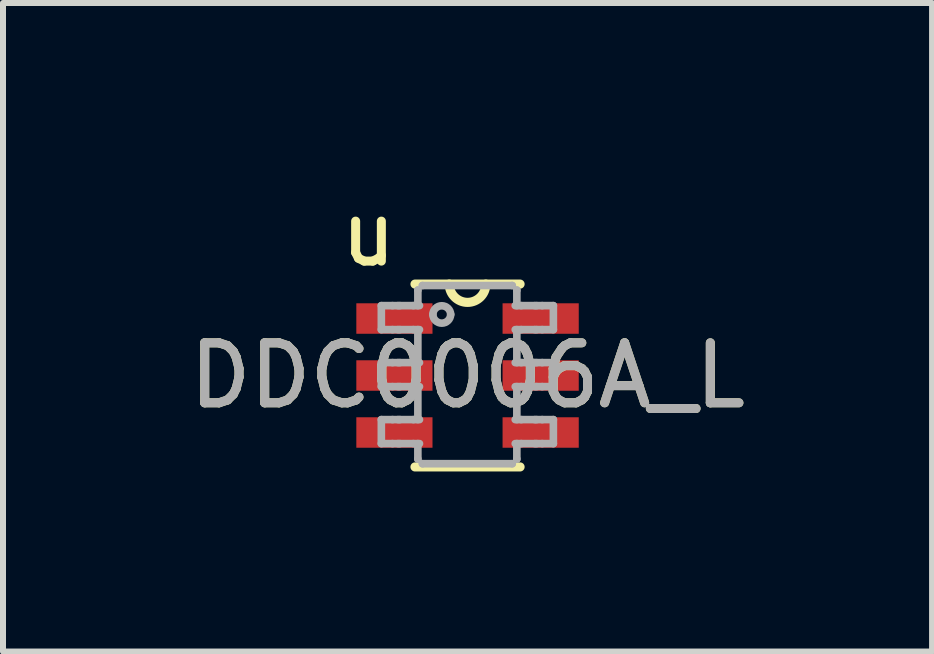
<source format=kicad_pcb>
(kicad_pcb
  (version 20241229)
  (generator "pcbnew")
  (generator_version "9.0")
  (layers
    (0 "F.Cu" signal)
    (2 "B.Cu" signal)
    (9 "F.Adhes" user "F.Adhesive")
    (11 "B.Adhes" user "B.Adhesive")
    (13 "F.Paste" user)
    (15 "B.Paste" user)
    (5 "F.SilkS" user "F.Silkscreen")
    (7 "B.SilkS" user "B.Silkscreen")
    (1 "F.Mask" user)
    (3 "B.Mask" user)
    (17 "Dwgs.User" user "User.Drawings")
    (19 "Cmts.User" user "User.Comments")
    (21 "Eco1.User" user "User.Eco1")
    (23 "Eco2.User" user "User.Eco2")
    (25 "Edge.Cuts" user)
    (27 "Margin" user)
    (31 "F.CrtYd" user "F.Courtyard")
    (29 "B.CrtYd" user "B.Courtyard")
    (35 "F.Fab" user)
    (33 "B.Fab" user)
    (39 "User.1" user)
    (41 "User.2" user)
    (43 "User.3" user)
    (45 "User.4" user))
  (footprint "DDC0006A_L"
    (layer "F.Cu")
    (at 4.744 3.21)
    (property "Reference" "DDC0006A_L" (at 0 0 0) (unlocked yes) (layer "F.SilkS") (effects (font (size 1 1) (thickness 0.15))))
    (attr smd)
    (fp_line (start -0.876 -1.524) (end 0.876 -1.524) (stroke (width 0.152) (type solid)) (layer "F.SilkS"))
    (fp_line (start -0.876 1.524) (end 0.876 1.524) (stroke (width 0.152) (type solid)) (layer "F.SilkS"))
    (fp_arc (start 0.3048 -1.524) (mid 0 -1.2192) (end -0.3048 -1.524) (stroke (width 0.1524) (type solid)) (layer "F.SilkS"))
    (fp_line (start -1.437 -1.165) (end -1.251 -1.165) (stroke (width 0.127) (type solid)) (layer "F.Fab"))
    (fp_line (start -1.437 -0.765) (end -1.437 -1.165) (stroke (width 0.127) (type solid)) (layer "F.Fab"))
    (fp_line (start -1.437 -0.765) (end -1.251 -0.765) (stroke (width 0.127) (type solid)) (layer "F.Fab"))
    (fp_line (start -1.437 -0.215) (end -1.251 -0.215) (stroke (width 0.127) (type solid)) (layer "F.Fab"))
    (fp_line (start -1.437 0.185) (end -1.437 -0.215) (stroke (width 0.127) (type solid)) (layer "F.Fab"))
    (fp_line (start -1.437 0.185) (end -1.251 0.185) (stroke (width 0.127) (type solid)) (layer "F.Fab"))
    (fp_line (start -1.437 0.735) (end -1.251 0.735) (stroke (width 0.127) (type solid)) (layer "F.Fab"))
    (fp_line (start -1.437 1.135) (end -1.437 0.735) (stroke (width 0.127) (type solid)) (layer "F.Fab"))
    (fp_line (start -1.437 1.135) (end -1.251 1.135) (stroke (width 0.127) (type solid)) (layer "F.Fab"))
    (fp_line (start -1.251 -1.165) (end -1.159 -1.165) (stroke (width 0.127) (type solid)) (layer "F.Fab"))
    (fp_line (start -1.251 -0.765) (end -1.159 -0.765) (stroke (width 0.127) (type solid)) (layer "F.Fab"))
    (fp_line (start -1.251 -0.215) (end -1.159 -0.215) (stroke (width 0.127) (type solid)) (layer "F.Fab"))
    (fp_line (start -1.251 0.185) (end -1.159 0.185) (stroke (width 0.127) (type solid)) (layer "F.Fab"))
    (fp_line (start -1.251 0.735) (end -1.159 0.735) (stroke (width 0.127) (type solid)) (layer "F.Fab"))
    (fp_line (start -1.251 1.135) (end -1.159 1.135) (stroke (width 0.127) (type solid)) (layer "F.Fab"))
    (fp_line (start -1.159 -1.165) (end -1.128 -1.165) (stroke (width 0.127) (type solid)) (layer "F.Fab"))
    (fp_line (start -1.159 -0.765) (end -1.128 -0.765) (stroke (width 0.127) (type solid)) (layer "F.Fab"))
    (fp_line (start -1.159 -0.215) (end -1.128 -0.215) (stroke (width 0.127) (type solid)) (layer "F.Fab"))
    (fp_line (start -1.159 0.185) (end -1.128 0.185) (stroke (width 0.127) (type solid)) (layer "F.Fab"))
    (fp_line (start -1.159 0.735) (end -1.128 0.735) (stroke (width 0.127) (type solid)) (layer "F.Fab"))
    (fp_line (start -1.159 1.135) (end -1.128 1.135) (stroke (width 0.127) (type solid)) (layer "F.Fab"))
    (fp_line (start -1.128 -1.165) (end -0.903 -1.165) (stroke (width 0.127) (type solid)) (layer "F.Fab"))
    (fp_line (start -1.128 -0.765) (end -0.903 -0.765) (stroke (width 0.127) (type solid)) (layer "F.Fab"))
    (fp_line (start -1.128 -0.215) (end -0.903 -0.215) (stroke (width 0.127) (type solid)) (layer "F.Fab"))
    (fp_line (start -1.128 0.185) (end -0.903 0.185) (stroke (width 0.127) (type solid)) (layer "F.Fab"))
    (fp_line (start -1.128 0.735) (end -0.903 0.735) (stroke (width 0.127) (type solid)) (layer "F.Fab"))
    (fp_line (start -1.128 1.135) (end -0.903 1.135) (stroke (width 0.127) (type solid)) (layer "F.Fab"))
    (fp_line (start -0.903 -1.165) (end -0.801 -1.165) (stroke (width 0.127) (type solid)) (layer "F.Fab"))
    (fp_line (start -0.903 -0.765) (end -0.801 -0.765) (stroke (width 0.127) (type solid)) (layer "F.Fab"))
    (fp_line (start -0.903 -0.215) (end -0.801 -0.215) (stroke (width 0.127) (type solid)) (layer "F.Fab"))
    (fp_line (start -0.903 0.185) (end -0.801 0.185) (stroke (width 0.127) (type solid)) (layer "F.Fab"))
    (fp_line (start -0.903 0.735) (end -0.801 0.735) (stroke (width 0.127) (type solid)) (layer "F.Fab"))
    (fp_line (start -0.903 1.135) (end -0.801 1.135) (stroke (width 0.127) (type solid)) (layer "F.Fab"))
    (fp_line (start -0.828 -1.422) (end -0.828 -1.426) (stroke (width 0.127) (type solid)) (layer "F.Fab"))
    (fp_line (start -0.828 -1.165) (end -0.828 -1.422) (stroke (width 0.127) (type solid)) (layer "F.Fab"))
    (fp_line (start -0.828 -0.215) (end -0.828 -0.765) (stroke (width 0.127) (type solid)) (layer "F.Fab"))
    (fp_line (start -0.828 0.735) (end -0.828 0.185) (stroke (width 0.127) (type solid)) (layer "F.Fab"))
    (fp_line (start -0.828 1.392) (end -0.828 1.135) (stroke (width 0.127) (type solid)) (layer "F.Fab"))
    (fp_line (start -0.828 1.395) (end -0.828 1.392) (stroke (width 0.127) (type solid)) (layer "F.Fab"))
    (fp_line (start -0.754 -1.5) (end -0.75 -1.5) (stroke (width 0.127) (type solid)) (layer "F.Fab"))
    (fp_line (start -0.754 1.47) (end -0.75 1.47) (stroke (width 0.127) (type solid)) (layer "F.Fab"))
    (fp_line (start -0.75 -1.5) (end 0.743 -1.5) (stroke (width 0.127) (type solid)) (layer "F.Fab"))
    (fp_line (start -0.75 1.47) (end 0.743 1.47) (stroke (width 0.127) (type solid)) (layer "F.Fab"))
    (fp_line (start 0.743 -1.5) (end 0.747 -1.5) (stroke (width 0.127) (type solid)) (layer "F.Fab"))
    (fp_line (start 0.743 1.47) (end 0.747 1.47) (stroke (width 0.127) (type solid)) (layer "F.Fab"))
    (fp_line (start 0.795 -1.165) (end 0.896 -1.165) (stroke (width 0.127) (type solid)) (layer "F.Fab"))
    (fp_line (start 0.795 -0.765) (end 0.896 -0.765) (stroke (width 0.127) (type solid)) (layer "F.Fab"))
    (fp_line (start 0.795 -0.215) (end 0.896 -0.215) (stroke (width 0.127) (type solid)) (layer "F.Fab"))
    (fp_line (start 0.795 0.185) (end 0.896 0.185) (stroke (width 0.127) (type solid)) (layer "F.Fab"))
    (fp_line (start 0.795 0.735) (end 0.896 0.735) (stroke (width 0.127) (type solid)) (layer "F.Fab"))
    (fp_line (start 0.795 1.135) (end 0.896 1.135) (stroke (width 0.127) (type solid)) (layer "F.Fab"))
    (fp_line (start 0.822 -1.422) (end 0.822 -1.426) (stroke (width 0.127) (type solid)) (layer "F.Fab"))
    (fp_line (start 0.822 -1.165) (end 0.822 -1.422) (stroke (width 0.127) (type solid)) (layer "F.Fab"))
    (fp_line (start 0.822 -0.215) (end 0.822 -0.765) (stroke (width 0.127) (type solid)) (layer "F.Fab"))
    (fp_line (start 0.822 0.735) (end 0.822 0.185) (stroke (width 0.127) (type solid)) (layer "F.Fab"))
    (fp_line (start 0.822 1.392) (end 0.822 1.135) (stroke (width 0.127) (type solid)) (layer "F.Fab"))
    (fp_line (start 0.822 1.395) (end 0.822 1.392) (stroke (width 0.127) (type solid)) (layer "F.Fab"))
    (fp_line (start 0.896 -1.165) (end 1.122 -1.165) (stroke (width 0.127) (type solid)) (layer "F.Fab"))
    (fp_line (start 0.896 -0.765) (end 1.122 -0.765) (stroke (width 0.127) (type solid)) (layer "F.Fab"))
    (fp_line (start 0.896 -0.215) (end 1.122 -0.215) (stroke (width 0.127) (type solid)) (layer "F.Fab"))
    (fp_line (start 0.896 0.185) (end 1.122 0.185) (stroke (width 0.127) (type solid)) (layer "F.Fab"))
    (fp_line (start 0.896 0.735) (end 1.122 0.735) (stroke (width 0.127) (type solid)) (layer "F.Fab"))
    (fp_line (start 0.896 1.135) (end 1.122 1.135) (stroke (width 0.127) (type solid)) (layer "F.Fab"))
    (fp_line (start 1.122 -1.165) (end 1.152 -1.165) (stroke (width 0.127) (type solid)) (layer "F.Fab"))
    (fp_line (start 1.122 -0.765) (end 1.152 -0.765) (stroke (width 0.127) (type solid)) (layer "F.Fab"))
    (fp_line (start 1.122 -0.215) (end 1.152 -0.215) (stroke (width 0.127) (type solid)) (layer "F.Fab"))
    (fp_line (start 1.122 0.185) (end 1.152 0.185) (stroke (width 0.127) (type solid)) (layer "F.Fab"))
    (fp_line (start 1.122 0.735) (end 1.152 0.735) (stroke (width 0.127) (type solid)) (layer "F.Fab"))
    (fp_line (start 1.122 1.135) (end 1.152 1.135) (stroke (width 0.127) (type solid)) (layer "F.Fab"))
    (fp_line (start 1.152 -1.165) (end 1.245 -1.165) (stroke (width 0.127) (type solid)) (layer "F.Fab"))
    (fp_line (start 1.152 -0.765) (end 1.245 -0.765) (stroke (width 0.127) (type solid)) (layer "F.Fab"))
    (fp_line (start 1.152 -0.215) (end 1.245 -0.215) (stroke (width 0.127) (type solid)) (layer "F.Fab"))
    (fp_line (start 1.152 0.185) (end 1.245 0.185) (stroke (width 0.127) (type solid)) (layer "F.Fab"))
    (fp_line (start 1.152 0.735) (end 1.245 0.735) (stroke (width 0.127) (type solid)) (layer "F.Fab"))
    (fp_line (start 1.152 1.135) (end 1.245 1.135) (stroke (width 0.127) (type solid)) (layer "F.Fab"))
    (fp_line (start 1.245 -1.165) (end 1.431 -1.165) (stroke (width 0.127) (type solid)) (layer "F.Fab"))
    (fp_line (start 1.245 -0.765) (end 1.431 -0.765) (stroke (width 0.127) (type solid)) (layer "F.Fab"))
    (fp_line (start 1.245 -0.215) (end 1.431 -0.215) (stroke (width 0.127) (type solid)) (layer "F.Fab"))
    (fp_line (start 1.245 0.185) (end 1.431 0.185) (stroke (width 0.127) (type solid)) (layer "F.Fab"))
    (fp_line (start 1.245 0.735) (end 1.431 0.735) (stroke (width 0.127) (type solid)) (layer "F.Fab"))
    (fp_line (start 1.245 1.135) (end 1.431 1.135) (stroke (width 0.127) (type solid)) (layer "F.Fab"))
    (fp_line (start 1.431 -0.765) (end 1.431 -1.165) (stroke (width 0.127) (type solid)) (layer "F.Fab"))
    (fp_line (start 1.431 0.185) (end 1.431 -0.215) (stroke (width 0.127) (type solid)) (layer "F.Fab"))
    (fp_line (start 1.431 1.135) (end 1.431 0.735) (stroke (width 0.127) (type solid)) (layer "F.Fab"))
    (fp_arc (start -0.578322 -1.017679) (mid -0.429542 -1.166459) (end -0.280761 -1.017679) (stroke (width 0.127) (type solid)) (layer "F.Fab"))
    (fp_arc (start -0.280761 -1.017679) (mid -0.429542 -0.868898) (end -0.578322 -1.017679) (stroke (width 0.127) (type solid)) (layer "F.Fab"))
    (fp_text user "u" (at -1.651 -2.362 0) (unlocked yes) (layer "F.SilkS") (effects (font (size 1 1) (thickness 0.15))))
    (fp_text user "${REFERENCE}" (at 0 0 0) (unlocked yes) (layer "F.Fab") (effects (font (size 1 1) (thickness 0.15))))
    (pad "1" smd rect (at -1.219 -0.95) (size 1.27 0.508) (layers "F.Cu" "F.Mask" "F.Paste"))
    (pad "2" smd rect (at -1.219 0) (size 1.27 0.508) (layers "F.Cu" "F.Mask" "F.Paste"))
    (pad "3" smd rect (at -1.219 0.95) (size 1.27 0.508) (layers "F.Cu" "F.Mask" "F.Paste"))
    (pad "4" smd rect (at 1.219 0.95) (size 1.27 0.508) (layers "F.Cu" "F.Mask" "F.Paste"))
    (pad "5" smd rect (at 1.219 0) (size 1.27 0.508) (layers "F.Cu" "F.Mask" "F.Paste"))
    (pad "6" smd rect (at 1.219 -0.95) (size 1.27 0.508) (layers "F.Cu" "F.Mask" "F.Paste")))
  (gr_rect
    (start -3 -3)
    (end 12.488 7.811)
    (stroke (width 0.1) (type default))
    (fill no)
    (layer "Edge.Cuts")))
</source>
